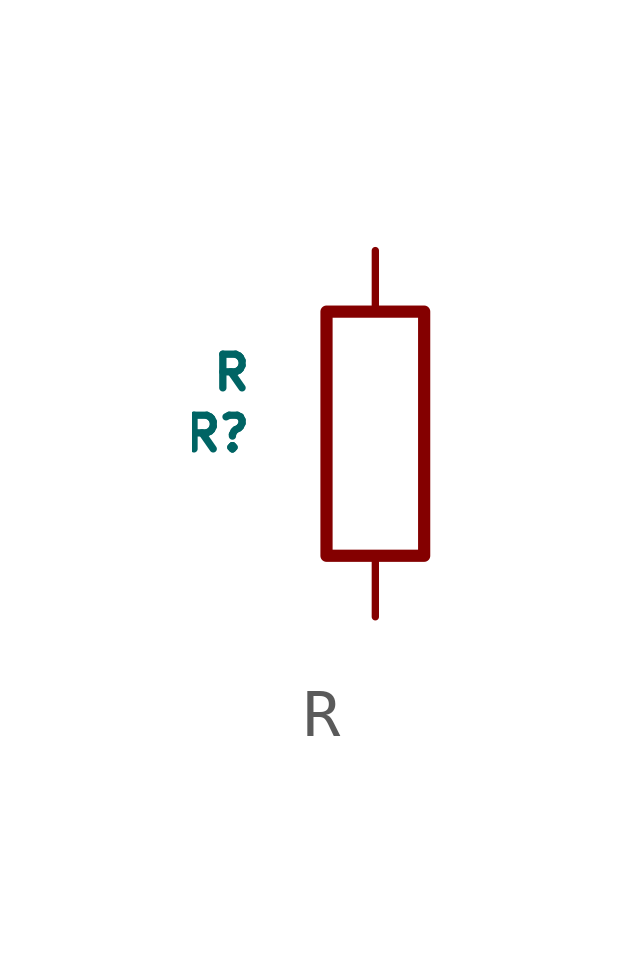
<source format=kicad_sym>
(kicad_symbol_lib
  (version 20220914)
  (generator kicad_symbol_editor)
  (symbol "R"
    (pin_numbers hide)
    (pin_names
      (offset 0))
    (property "Reference" "R"
      (at -2.54 0 0)
      (effects (font (size 0.7 0.7)) (justify right)))
    (property "Value" "R"
      (at -2.54 1.27 0)
      (effects (font (size 0.7 0.7)) (justify right)))
    (property "Tolerance" ""
      (at 0 0 0)
      (effects (font (size 1.27 1.27)) (justify right)))
    (symbol "R_0_0"
      (text "" (at -3.063 -1.123 0) (effects (font (size 1.27 1.27))))
      (text "" (at -2.54 -1.27 0) (effects (font (size 1.27 1.27))))
      (text "" (at -1.27 1.27 0) (effects (font (size 1.27 1.27)))))
    (symbol "R_0_1"
      (rectangle (start -1.016 2.54) (end 1.016 -2.54) (stroke (width 0.254) (type default)) (fill (type none))))
    (symbol "R_1_1"
      (pin passive line (at 0 3.81 270) (length 1.27) (name "~" (effects (font (size 1.27 1.27)))) (number "1" (effects (font (size 1.27 1.27)))))
      (pin passive line (at 0 -3.81 90) (length 1.27) (name "~" (effects (font (size 1.27 1.27)))) (number "2" (effects (font (size 1.27 1.27))))))))
</source>
